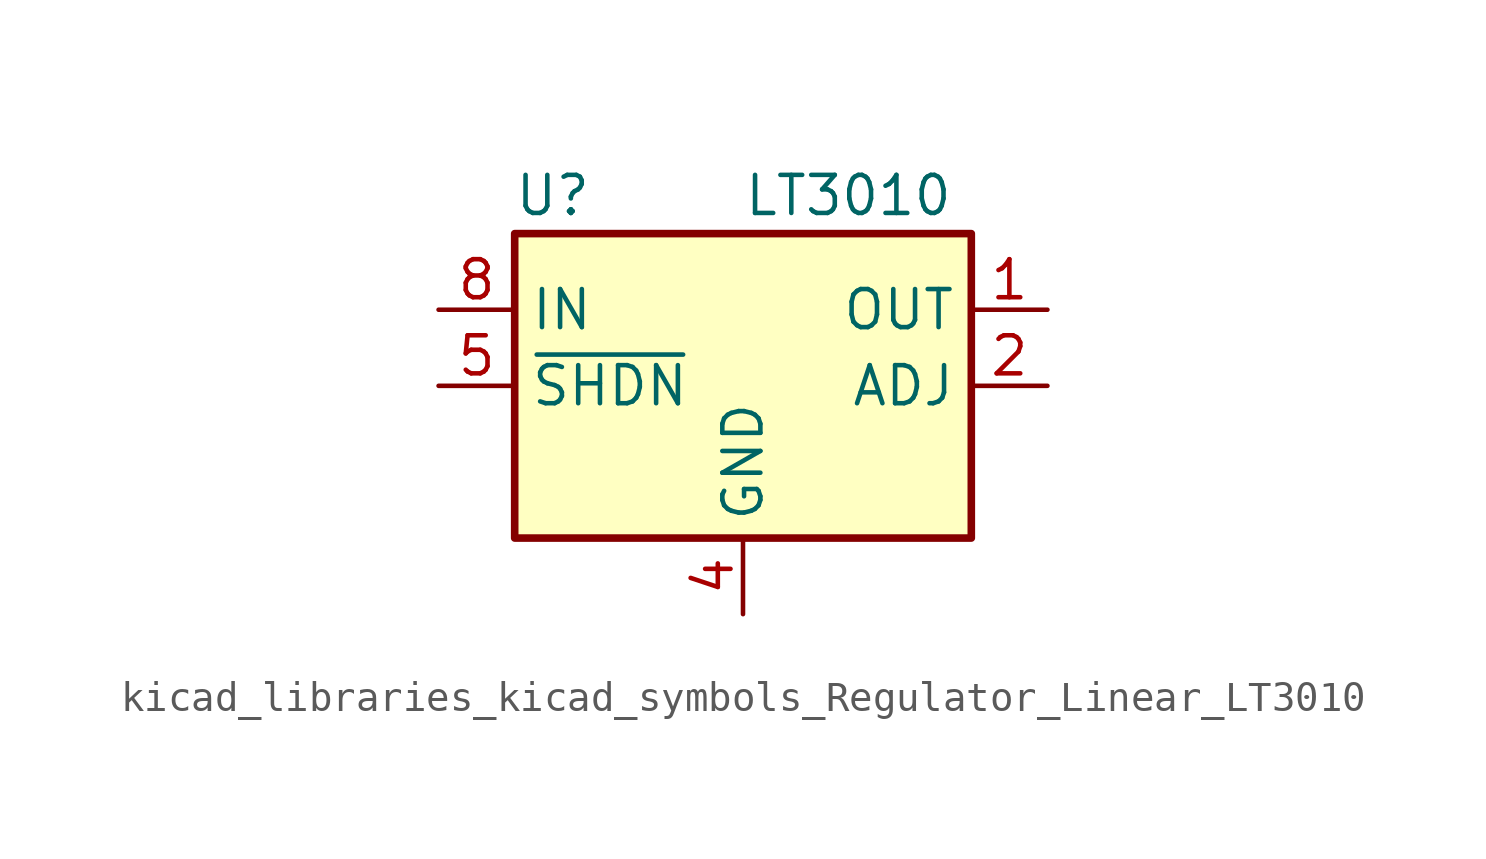
<source format=kicad_sym>
(kicad_symbol_lib
  (version 20220914)
  (generator kicad_symbol_editor)
  (symbol "kicad_libraries_kicad_symbols_Regulator_Linear_LT3010"
    (property "Reference" "U"
      (at -6.35 6.35 0)
      (effects (font (size 1.27 1.27))))
    (property "Value" "LT3010"
      (at 0 6.35 0)
      (effects (font (size 1.27 1.27)) (justify left)))
    (symbol "kicad_libraries_kicad_symbols_Regulator_Linear_LT3010_0_1"
      (rectangle (start -7.62 5.08) (end 7.62 -5.08) (stroke (width 0.254) (type default)) (fill (type background))))
    (symbol "kicad_libraries_kicad_symbols_Regulator_Linear_LT3010_1_1"
      (pin power_out line (at 10.16 2.54 180) (length 2.54) (name "OUT" (effects (font (size 1.27 1.27)))) (number "1" (effects (font (size 1.27 1.27)))))
      (pin input line (at 10.16 0 180) (length 2.54) (name "ADJ" (effects (font (size 1.27 1.27)))) (number "2" (effects (font (size 1.27 1.27)))))
      (pin no_connect line (at -7.62 -2.54 0) (length 2.54) hide (name "NC" (effects (font (size 1.27 1.27)))) (number "3" (effects (font (size 1.27 1.27)))))
      (pin power_in line (at 0 -7.62 90) (length 2.54) (name "GND" (effects (font (size 1.27 1.27)))) (number "4" (effects (font (size 1.27 1.27)))))
      (pin input line (at -10.16 0 0) (length 2.54) (name "~{SHDN}" (effects (font (size 1.27 1.27)))) (number "5" (effects (font (size 1.27 1.27)))))
      (pin no_connect line (at 7.62 -2.54 180) (length 2.54) hide (name "NC" (effects (font (size 1.27 1.27)))) (number "6" (effects (font (size 1.27 1.27)))))
      (pin no_connect line (at 2.54 -5.08 90) (length 2.54) hide (name "NC" (effects (font (size 1.27 1.27)))) (number "7" (effects (font (size 1.27 1.27)))))
      (pin power_in line (at -10.16 2.54 0) (length 2.54) (name "IN" (effects (font (size 1.27 1.27)))) (number "8" (effects (font (size 1.27 1.27)))))
      (pin passive line (at 0 -7.62 90) (length 2.54) hide (name "GND" (effects (font (size 1.27 1.27)))) (number "9" (effects (font (size 1.27 1.27))))))))
</source>
